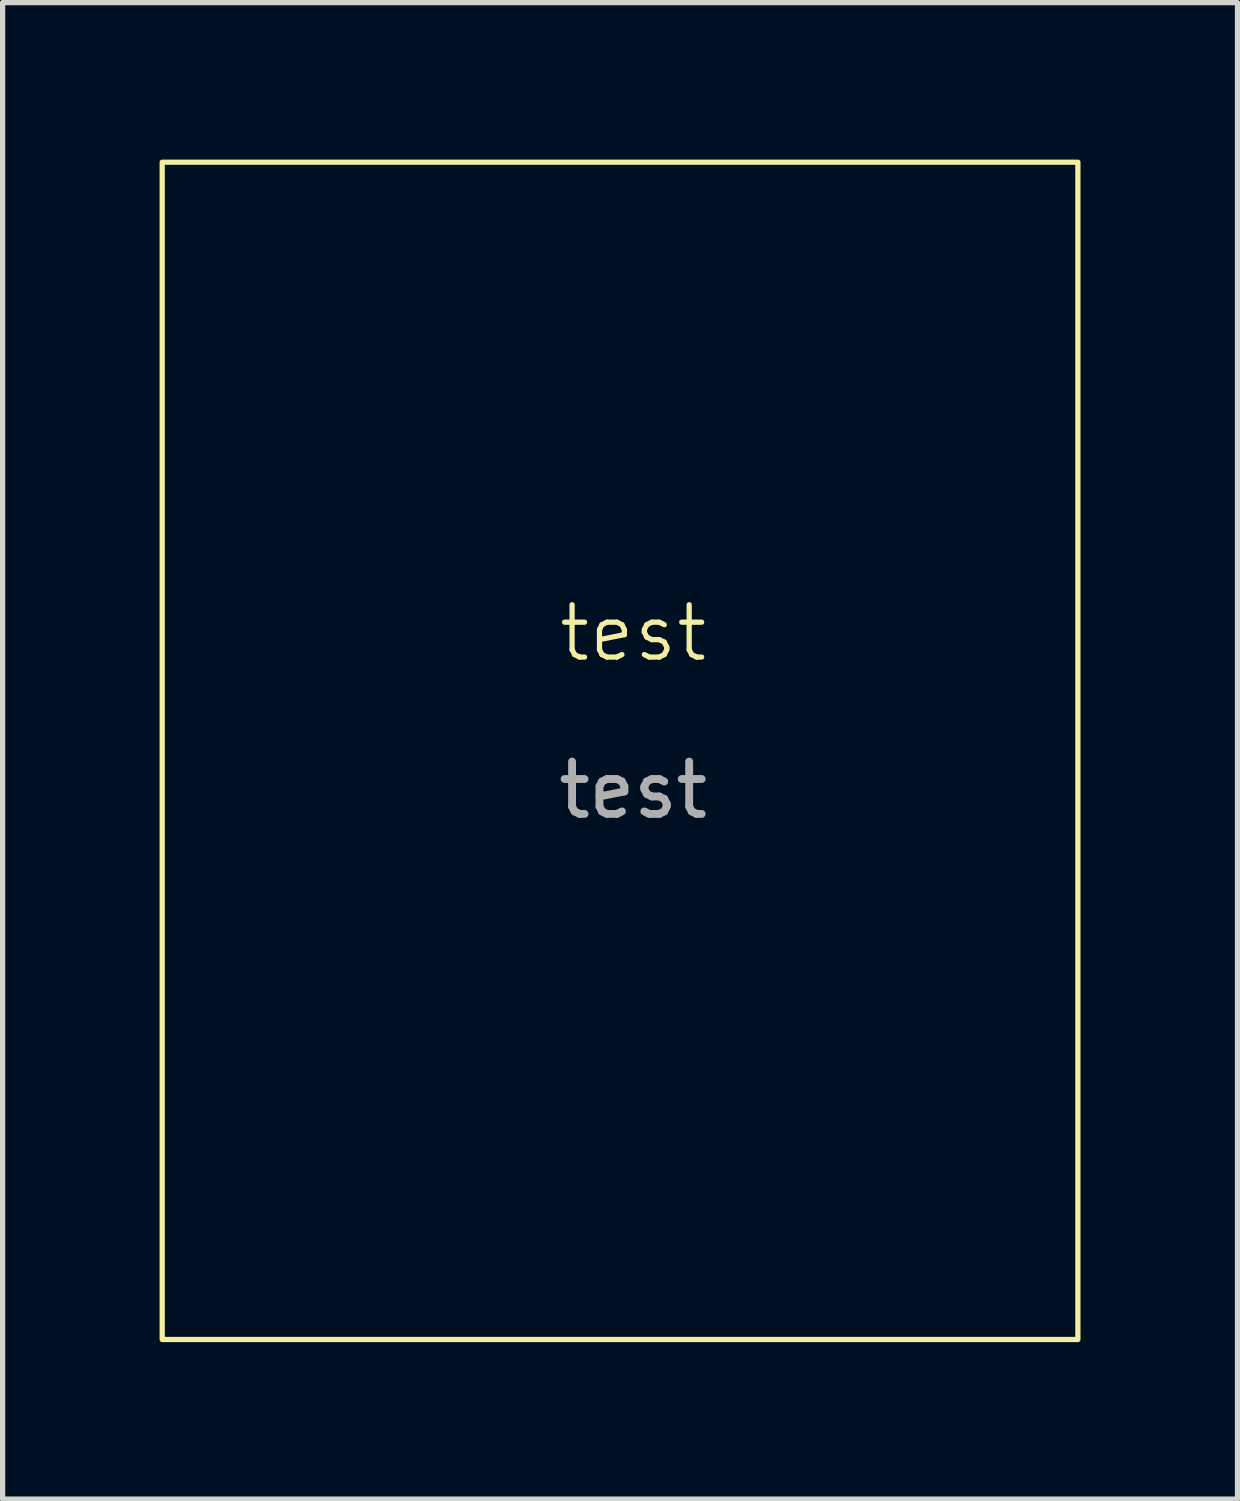
<source format=kicad_pcb>
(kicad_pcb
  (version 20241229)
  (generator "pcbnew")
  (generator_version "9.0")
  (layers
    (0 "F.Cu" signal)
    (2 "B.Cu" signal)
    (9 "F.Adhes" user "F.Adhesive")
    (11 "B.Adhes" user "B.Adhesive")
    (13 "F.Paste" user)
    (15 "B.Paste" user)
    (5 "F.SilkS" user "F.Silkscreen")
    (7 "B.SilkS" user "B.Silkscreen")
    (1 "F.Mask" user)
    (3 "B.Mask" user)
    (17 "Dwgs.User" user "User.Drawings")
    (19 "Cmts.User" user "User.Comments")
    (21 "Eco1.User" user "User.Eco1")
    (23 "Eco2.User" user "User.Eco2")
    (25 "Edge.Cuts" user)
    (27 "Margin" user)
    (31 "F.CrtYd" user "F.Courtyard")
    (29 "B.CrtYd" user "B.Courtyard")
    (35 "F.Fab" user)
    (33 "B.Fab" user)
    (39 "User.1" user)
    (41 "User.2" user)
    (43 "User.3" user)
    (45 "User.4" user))
  (footprint "test"
    (layer "F.Cu")
    (at 9.05 9.55)
    (property "Reference" "test" (at 0 -0.5 0) (unlocked yes) (layer "F.SilkS") (effects (font (size 1 1) (thickness 0.1))))
    (attr smd)
    (fp_rect (start -9 -9.5) (end 8.5 13) (stroke (width 0.1) (type default)) (fill no) (layer "F.SilkS"))
    (fp_text user "${REFERENCE}" (at 0 2.5 0) (unlocked yes) (layer "F.Fab") (effects (font (size 1 1) (thickness 0.15)))))
  (gr_rect
    (start -3 -3)
    (end 20.6 25.6)
    (stroke (width 0.1) (type default))
    (fill no)
    (layer "Edge.Cuts")))
</source>
